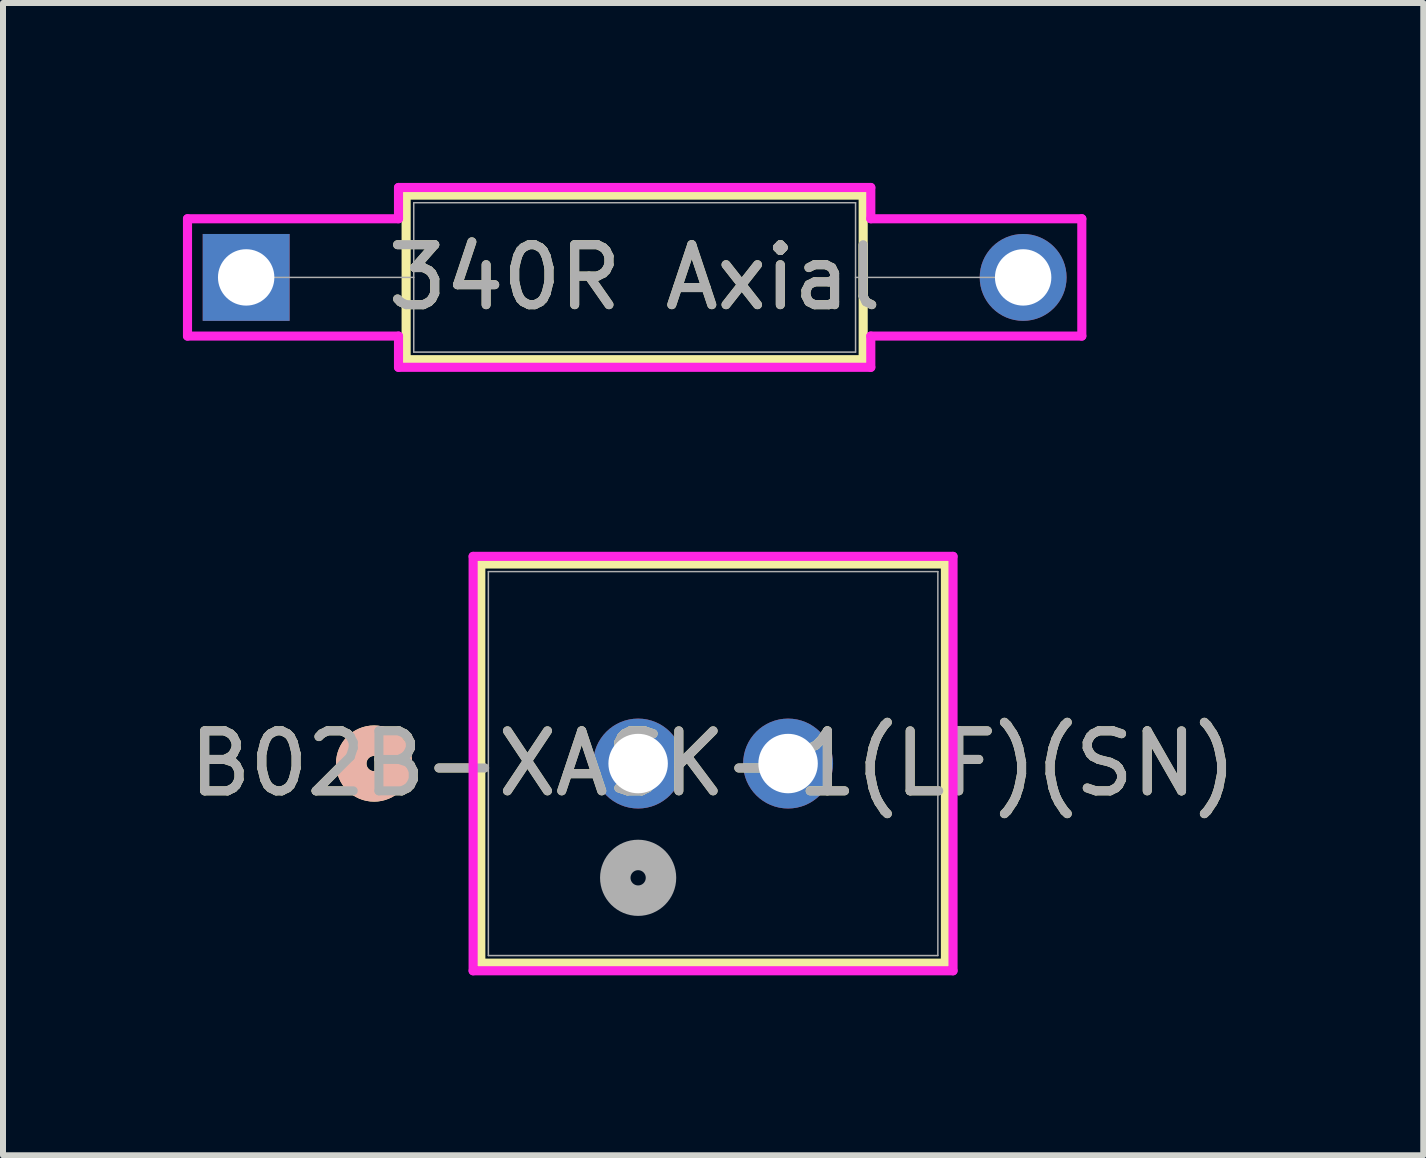
<source format=kicad_pcb>
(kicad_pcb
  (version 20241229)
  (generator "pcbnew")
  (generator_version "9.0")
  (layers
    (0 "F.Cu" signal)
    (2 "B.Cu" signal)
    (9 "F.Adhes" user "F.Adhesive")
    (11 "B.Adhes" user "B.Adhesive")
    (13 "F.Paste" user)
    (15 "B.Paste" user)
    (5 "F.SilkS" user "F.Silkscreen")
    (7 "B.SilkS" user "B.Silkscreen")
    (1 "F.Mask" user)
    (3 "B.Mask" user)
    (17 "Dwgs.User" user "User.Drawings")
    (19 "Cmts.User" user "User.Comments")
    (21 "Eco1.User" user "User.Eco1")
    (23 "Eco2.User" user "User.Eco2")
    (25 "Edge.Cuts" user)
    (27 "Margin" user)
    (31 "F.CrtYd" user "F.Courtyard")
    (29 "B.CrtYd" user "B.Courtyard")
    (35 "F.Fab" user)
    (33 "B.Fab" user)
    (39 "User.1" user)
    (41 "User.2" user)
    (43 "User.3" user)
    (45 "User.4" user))
  (footprint "340R Axial"
    (layer "F.Cu")
    (at 1.054 1.575)
    (property "Reference" "340R Axial" (at 6.477 0 0) (unlocked yes) (layer "F.SilkS") (effects (font (size 1 1) (thickness 0.15))))
    (attr through_hole)
    (fp_line (start 2.667 -1.372) (end 2.667 1.372) (stroke (width 0.152) (type solid)) (layer "F.SilkS"))
    (fp_line (start 2.667 1.372) (end 10.287 1.372) (stroke (width 0.152) (type solid)) (layer "F.SilkS"))
    (fp_line (start 10.287 -1.372) (end 2.667 -1.372) (stroke (width 0.152) (type solid)) (layer "F.SilkS"))
    (fp_line (start 10.287 1.372) (end 10.287 -1.372) (stroke (width 0.152) (type solid)) (layer "F.SilkS"))
    (fp_line (start -0.978 -0.978) (end 2.54 -0.978) (stroke (width 0.152) (type solid)) (layer "F.CrtYd"))
    (fp_line (start -0.978 0.978) (end -0.978 -0.978) (stroke (width 0.152) (type solid)) (layer "F.CrtYd"))
    (fp_line (start 2.54 -1.499) (end 10.414 -1.499) (stroke (width 0.152) (type solid)) (layer "F.CrtYd"))
    (fp_line (start 2.54 -0.978) (end 2.54 -1.499) (stroke (width 0.152) (type solid)) (layer "F.CrtYd"))
    (fp_line (start 2.54 0.978) (end -0.978 0.978) (stroke (width 0.152) (type solid)) (layer "F.CrtYd"))
    (fp_line (start 2.54 1.499) (end 2.54 0.978) (stroke (width 0.152) (type solid)) (layer "F.CrtYd"))
    (fp_line (start 10.414 -1.499) (end 10.414 -0.978) (stroke (width 0.152) (type solid)) (layer "F.CrtYd"))
    (fp_line (start 10.414 -0.978) (end 13.932 -0.978) (stroke (width 0.152) (type solid)) (layer "F.CrtYd"))
    (fp_line (start 10.414 0.978) (end 10.414 1.499) (stroke (width 0.152) (type solid)) (layer "F.CrtYd"))
    (fp_line (start 10.414 1.499) (end 2.54 1.499) (stroke (width 0.152) (type solid)) (layer "F.CrtYd"))
    (fp_line (start 13.932 -0.978) (end 13.932 0.978) (stroke (width 0.152) (type solid)) (layer "F.CrtYd"))
    (fp_line (start 13.932 0.978) (end 10.414 0.978) (stroke (width 0.152) (type solid)) (layer "F.CrtYd"))
    (fp_line (start 0 0) (end 2.794 0) (stroke (width 0.025) (type solid)) (layer "F.Fab"))
    (fp_line (start 2.794 -1.245) (end 2.794 1.245) (stroke (width 0.025) (type solid)) (layer "F.Fab"))
    (fp_line (start 2.794 1.245) (end 10.16 1.245) (stroke (width 0.025) (type solid)) (layer "F.Fab"))
    (fp_line (start 10.16 -1.245) (end 2.794 -1.245) (stroke (width 0.025) (type solid)) (layer "F.Fab"))
    (fp_line (start 10.16 1.245) (end 10.16 -1.245) (stroke (width 0.025) (type solid)) (layer "F.Fab"))
    (fp_line (start 12.954 0) (end 10.16 0) (stroke (width 0.025) (type solid)) (layer "F.Fab"))
    (fp_text user "${REFERENCE}" (at 6.477 0 0) (unlocked yes) (layer "F.Fab") (effects (font (size 1 1) (thickness 0.15))))
    (pad "1" thru_hole rect (at 0 0) (size 1.448 1.448) (drill 0.94) (layers "*.Cu" "*.Mask"))
    (pad "2" thru_hole circle (at 12.954 0) (size 1.448 1.448) (drill 0.94) (layers "*.Cu" "*.Mask")))
  (footprint "B02B-XASK-1(LF)(SN)"
    (layer "F.Cu")
    (at 7.589 9.68)
    (property "Reference" "B02B-XASK-1(LF)(SN)" (at 1.25 0 0) (unlocked yes) (layer "F.SilkS") (effects (font (size 1 1) (thickness 0.15))))
    (attr through_hole)
    (fp_line (start -2.623 -3.327) (end -2.623 3.328) (stroke (width 0.152) (type solid)) (layer "F.SilkS"))
    (fp_line (start -2.623 3.328) (end 5.123 3.328) (stroke (width 0.152) (type solid)) (layer "F.SilkS"))
    (fp_line (start 5.123 -3.327) (end -2.623 -3.327) (stroke (width 0.152) (type solid)) (layer "F.SilkS"))
    (fp_line (start 5.123 3.328) (end 5.123 -3.327) (stroke (width 0.152) (type solid)) (layer "F.SilkS"))
    (fp_circle (center -4.402 0) (end -4.021 0) (stroke (width 0.508) (type solid)) (fill no) (layer "F.SilkS"))
    (fp_circle (center -4.402 0) (end -4.021 0) (stroke (width 0.508) (type solid)) (fill no) (layer "B.SilkS"))
    (fp_line (start -2.751 -3.454) (end -2.751 3.455) (stroke (width 0.152) (type solid)) (layer "F.CrtYd"))
    (fp_line (start -2.751 3.455) (end 5.25 3.455) (stroke (width 0.152) (type solid)) (layer "F.CrtYd"))
    (fp_line (start 5.25 -3.454) (end -2.751 -3.454) (stroke (width 0.152) (type solid)) (layer "F.CrtYd"))
    (fp_line (start 5.25 3.455) (end 5.25 -3.454) (stroke (width 0.152) (type solid)) (layer "F.CrtYd"))
    (fp_line (start -2.497 -3.2) (end -2.497 3.201) (stroke (width 0.025) (type solid)) (layer "F.Fab"))
    (fp_line (start -2.497 3.201) (end 4.997 3.201) (stroke (width 0.025) (type solid)) (layer "F.Fab"))
    (fp_line (start 4.997 -3.2) (end -2.497 -3.2) (stroke (width 0.025) (type solid)) (layer "F.Fab"))
    (fp_line (start 4.997 3.201) (end 4.997 -3.2) (stroke (width 0.025) (type solid)) (layer "F.Fab"))
    (fp_circle (center 0 1.905) (end 0.381 1.905) (stroke (width 0.508) (type solid)) (fill no) (layer "F.Fab"))
    (fp_text user "${REFERENCE}" (at 1.25 0 0) (unlocked yes) (layer "F.Fab") (effects (font (size 1 1) (thickness 0.15))))
    (pad "1" thru_hole circle (at 0 0) (size 1.499 1.499) (drill 0.991) (layers "*.Cu" "*.Mask"))
    (pad "2" thru_hole circle (at 2.5 0) (size 1.499 1.499) (drill 0.991) (layers "*.Cu" "*.Mask")))
  (gr_rect
    (start -3 -3)
    (end 20.679 16.211)
    (stroke (width 0.1) (type default))
    (fill no)
    (layer "Edge.Cuts")))
</source>
